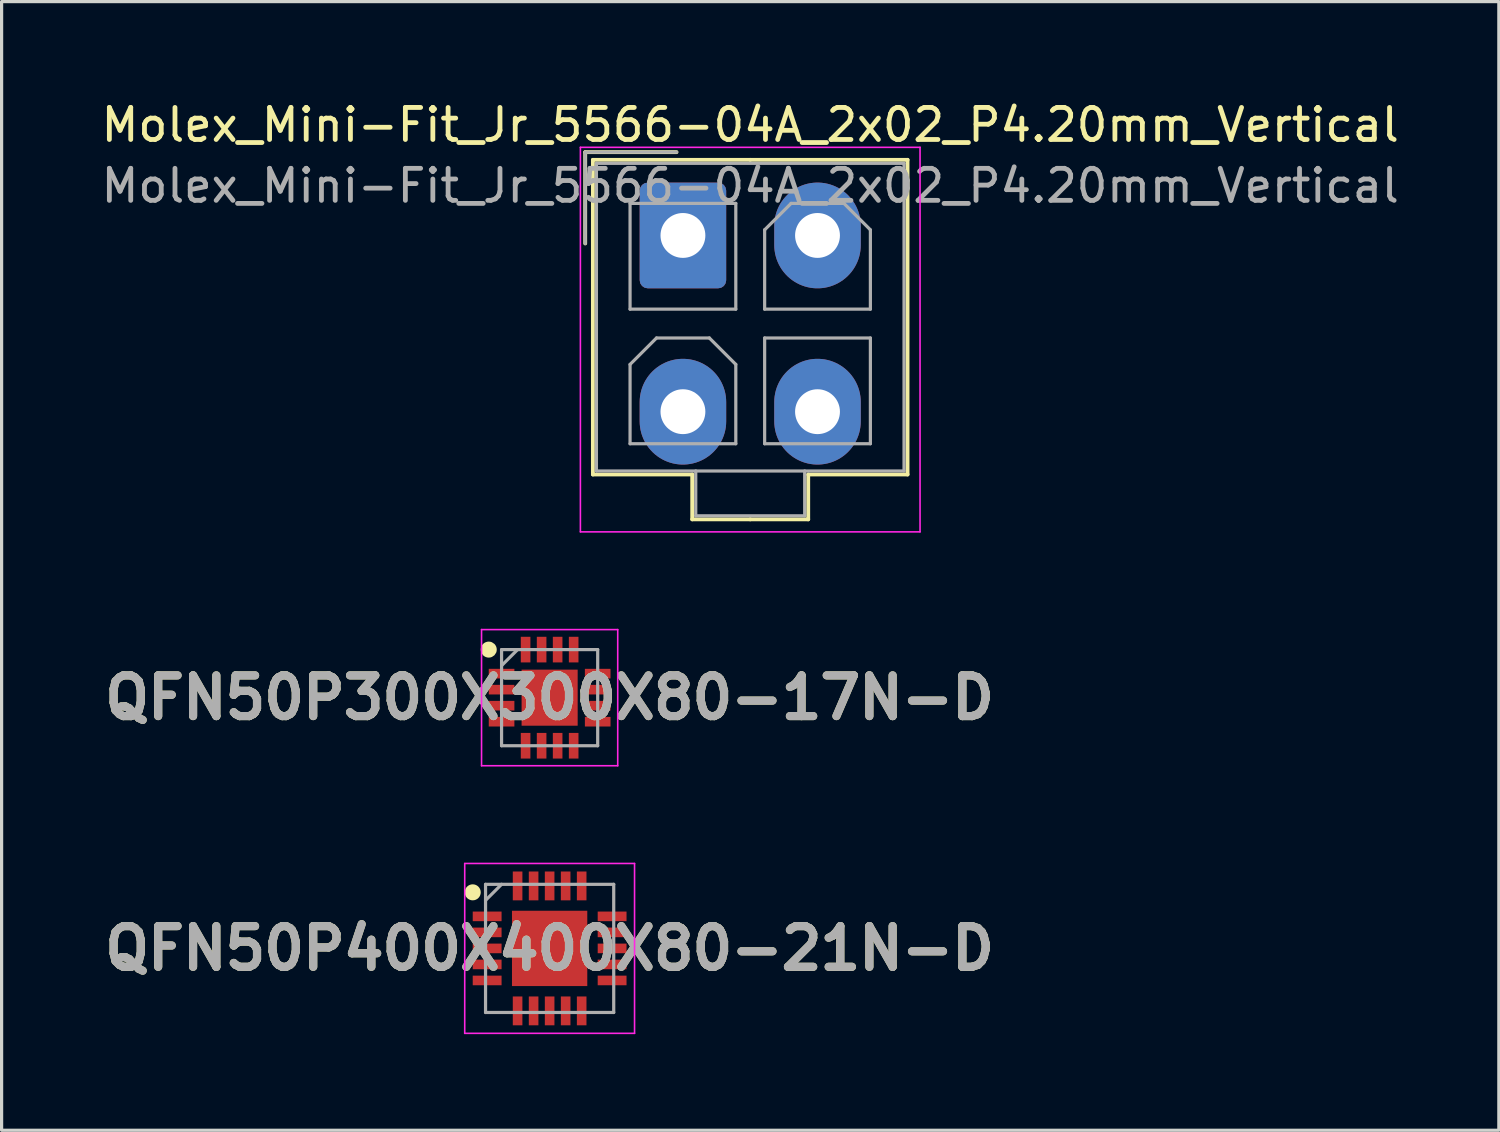
<source format=kicad_pcb>
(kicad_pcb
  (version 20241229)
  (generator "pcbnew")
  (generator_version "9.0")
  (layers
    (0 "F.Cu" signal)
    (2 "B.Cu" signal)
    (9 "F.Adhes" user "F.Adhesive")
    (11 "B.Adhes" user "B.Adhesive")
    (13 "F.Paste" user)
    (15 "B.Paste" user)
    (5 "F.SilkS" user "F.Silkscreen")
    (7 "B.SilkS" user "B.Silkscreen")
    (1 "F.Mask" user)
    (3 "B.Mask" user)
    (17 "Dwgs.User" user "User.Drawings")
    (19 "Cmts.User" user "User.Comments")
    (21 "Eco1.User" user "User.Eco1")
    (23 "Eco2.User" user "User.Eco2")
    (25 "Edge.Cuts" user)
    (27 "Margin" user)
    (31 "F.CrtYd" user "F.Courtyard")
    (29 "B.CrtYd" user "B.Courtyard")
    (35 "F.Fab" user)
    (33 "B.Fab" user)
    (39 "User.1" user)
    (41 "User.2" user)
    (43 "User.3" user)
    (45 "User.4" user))
  (footprint "QFN50P400X400X80-21N-D"
    (layer "F.Cu")
    (at 14.103 26.548)
    (property "Reference" "QFN50P400X400X80-21N-D" (at 0 0 0) (layer "F.SilkS") (effects (font (size 1.27 1.27) (thickness 0.254))))
    (attr smd)
    (fp_circle (center -2.4 -1.75) (end -2.4 -1.625) (stroke (width 0.25) (type solid)) (fill no) (layer "F.SilkS"))
    (fp_line (start -2.65 -2.65) (end 2.65 -2.65) (stroke (width 0.05) (type solid)) (layer "F.CrtYd"))
    (fp_line (start -2.65 2.65) (end -2.65 -2.65) (stroke (width 0.05) (type solid)) (layer "F.CrtYd"))
    (fp_line (start 2.65 -2.65) (end 2.65 2.65) (stroke (width 0.05) (type solid)) (layer "F.CrtYd"))
    (fp_line (start 2.65 2.65) (end -2.65 2.65) (stroke (width 0.05) (type solid)) (layer "F.CrtYd"))
    (fp_line (start -2 -2) (end 2 -2) (stroke (width 0.1) (type solid)) (layer "F.Fab"))
    (fp_line (start -2 -1.5) (end -1.5 -2) (stroke (width 0.1) (type solid)) (layer "F.Fab"))
    (fp_line (start -2 2) (end -2 -2) (stroke (width 0.1) (type solid)) (layer "F.Fab"))
    (fp_line (start 2 -2) (end 2 2) (stroke (width 0.1) (type solid)) (layer "F.Fab"))
    (fp_line (start 2 2) (end -2 2) (stroke (width 0.1) (type solid)) (layer "F.Fab"))
    (fp_text user "${REFERENCE}" (at 0 0 0) (layer "F.Fab") (effects (font (size 1.27 1.27) (thickness 0.254))))
    (pad "1" smd rect (at -1.95 -1 90) (size 0.3 0.9) (layers "F.Cu" "F.Mask" "F.Paste"))
    (pad "2" smd rect (at -1.95 -0.5 90) (size 0.3 0.9) (layers "F.Cu" "F.Mask" "F.Paste"))
    (pad "3" smd rect (at -1.95 0 90) (size 0.3 0.9) (layers "F.Cu" "F.Mask" "F.Paste"))
    (pad "4" smd rect (at -1.95 0.5 90) (size 0.3 0.9) (layers "F.Cu" "F.Mask" "F.Paste"))
    (pad "5" smd rect (at -1.95 1 90) (size 0.3 0.9) (layers "F.Cu" "F.Mask" "F.Paste"))
    (pad "6" smd rect (at -1 1.95) (size 0.3 0.9) (layers "F.Cu" "F.Mask" "F.Paste"))
    (pad "7" smd rect (at -0.5 1.95) (size 0.3 0.9) (layers "F.Cu" "F.Mask" "F.Paste"))
    (pad "8" smd rect (at 0 1.95) (size 0.3 0.9) (layers "F.Cu" "F.Mask" "F.Paste"))
    (pad "9" smd rect (at 0.5 1.95) (size 0.3 0.9) (layers "F.Cu" "F.Mask" "F.Paste"))
    (pad "10" smd rect (at 1 1.95) (size 0.3 0.9) (layers "F.Cu" "F.Mask" "F.Paste"))
    (pad "11" smd rect (at 1.95 1 90) (size 0.3 0.9) (layers "F.Cu" "F.Mask" "F.Paste"))
    (pad "12" smd rect (at 1.95 0.5 90) (size 0.3 0.9) (layers "F.Cu" "F.Mask" "F.Paste"))
    (pad "13" smd rect (at 1.95 0 90) (size 0.3 0.9) (layers "F.Cu" "F.Mask" "F.Paste"))
    (pad "14" smd rect (at 1.95 -0.5 90) (size 0.3 0.9) (layers "F.Cu" "F.Mask" "F.Paste"))
    (pad "15" smd rect (at 1.95 -1 90) (size 0.3 0.9) (layers "F.Cu" "F.Mask" "F.Paste"))
    (pad "16" smd rect (at 1 -1.95) (size 0.3 0.9) (layers "F.Cu" "F.Mask" "F.Paste"))
    (pad "17" smd rect (at 0.5 -1.95) (size 0.3 0.9) (layers "F.Cu" "F.Mask" "F.Paste"))
    (pad "18" smd rect (at 0 -1.95) (size 0.3 0.9) (layers "F.Cu" "F.Mask" "F.Paste"))
    (pad "19" smd rect (at -0.5 -1.95) (size 0.3 0.9) (layers "F.Cu" "F.Mask" "F.Paste"))
    (pad "20" smd rect (at -1 -1.95) (size 0.3 0.9) (layers "F.Cu" "F.Mask" "F.Paste"))
    (pad "21" smd rect (at 0 0) (size 2.35 2.35) (layers "F.Cu" "F.Mask" "F.Paste")))
  (footprint "QFN50P300X300X80-17N-D"
    (layer "F.Cu")
    (at 14.103 18.723)
    (property "Reference" "QFN50P300X300X80-17N-D" (at 0 0 0) (layer "F.SilkS") (effects (font (size 1.27 1.27) (thickness 0.254))))
    (attr smd)
    (fp_circle (center -1.9 -1.5) (end -1.9 -1.375) (stroke (width 0.25) (type solid)) (fill no) (layer "F.SilkS"))
    (fp_line (start -2.125 -2.125) (end 2.125 -2.125) (stroke (width 0.05) (type solid)) (layer "F.CrtYd"))
    (fp_line (start -2.125 2.125) (end -2.125 -2.125) (stroke (width 0.05) (type solid)) (layer "F.CrtYd"))
    (fp_line (start 2.125 -2.125) (end 2.125 2.125) (stroke (width 0.05) (type solid)) (layer "F.CrtYd"))
    (fp_line (start 2.125 2.125) (end -2.125 2.125) (stroke (width 0.05) (type solid)) (layer "F.CrtYd"))
    (fp_line (start -1.5 -1.5) (end 1.5 -1.5) (stroke (width 0.1) (type solid)) (layer "F.Fab"))
    (fp_line (start -1.5 -1) (end -1 -1.5) (stroke (width 0.1) (type solid)) (layer "F.Fab"))
    (fp_line (start -1.5 1.5) (end -1.5 -1.5) (stroke (width 0.1) (type solid)) (layer "F.Fab"))
    (fp_line (start 1.5 -1.5) (end 1.5 1.5) (stroke (width 0.1) (type solid)) (layer "F.Fab"))
    (fp_line (start 1.5 1.5) (end -1.5 1.5) (stroke (width 0.1) (type solid)) (layer "F.Fab"))
    (fp_text user "${REFERENCE}" (at 0 0 0) (layer "F.Fab") (effects (font (size 1.27 1.27) (thickness 0.254))))
    (pad "1" smd rect (at -1.5 -0.75 90) (size 0.3 0.8) (layers "F.Cu" "F.Mask" "F.Paste"))
    (pad "2" smd rect (at -1.5 -0.25 90) (size 0.3 0.8) (layers "F.Cu" "F.Mask" "F.Paste"))
    (pad "3" smd rect (at -1.5 0.25 90) (size 0.3 0.8) (layers "F.Cu" "F.Mask" "F.Paste"))
    (pad "4" smd rect (at -1.5 0.75 90) (size 0.3 0.8) (layers "F.Cu" "F.Mask" "F.Paste"))
    (pad "5" smd rect (at -0.75 1.5) (size 0.3 0.8) (layers "F.Cu" "F.Mask" "F.Paste"))
    (pad "6" smd rect (at -0.25 1.5) (size 0.3 0.8) (layers "F.Cu" "F.Mask" "F.Paste"))
    (pad "7" smd rect (at 0.25 1.5) (size 0.3 0.8) (layers "F.Cu" "F.Mask" "F.Paste"))
    (pad "8" smd rect (at 0.75 1.5) (size 0.3 0.8) (layers "F.Cu" "F.Mask" "F.Paste"))
    (pad "9" smd rect (at 1.5 0.75 90) (size 0.3 0.8) (layers "F.Cu" "F.Mask" "F.Paste"))
    (pad "10" smd rect (at 1.5 0.25 90) (size 0.3 0.8) (layers "F.Cu" "F.Mask" "F.Paste"))
    (pad "11" smd rect (at 1.5 -0.25 90) (size 0.3 0.8) (layers "F.Cu" "F.Mask" "F.Paste"))
    (pad "12" smd rect (at 1.5 -0.75 90) (size 0.3 0.8) (layers "F.Cu" "F.Mask" "F.Paste"))
    (pad "13" smd rect (at 0.75 -1.5) (size 0.3 0.8) (layers "F.Cu" "F.Mask" "F.Paste"))
    (pad "14" smd rect (at 0.25 -1.5) (size 0.3 0.8) (layers "F.Cu" "F.Mask" "F.Paste"))
    (pad "15" smd rect (at -0.25 -1.5) (size 0.3 0.8) (layers "F.Cu" "F.Mask" "F.Paste"))
    (pad "16" smd rect (at -0.75 -1.5) (size 0.3 0.8) (layers "F.Cu" "F.Mask" "F.Paste"))
    (pad "17" smd rect (at 0 0) (size 1.75 1.75) (layers "F.Cu" "F.Mask" "F.Paste")))
  (footprint "Molex_Mini-Fit_Jr_5566-04A_2x02_P4.20mm_Vertical"
    (layer "F.Cu")
    (at 18.263 4.298)
    (property "Reference" "Molex_Mini-Fit_Jr_5566-04A_2x02_P4.20mm_Vertical" (at 2.1 -3.45 0) (layer "F.SilkS") (effects (font (size 1 1) (thickness 0.15))))
    (attr through_hole)
    (fp_line (start -3.05 -2.6) (end -3.05 0.25) (stroke (width 0.12) (type solid)) (layer "F.SilkS"))
    (fp_line (start -2.81 -2.36) (end -2.81 7.46) (stroke (width 0.12) (type solid)) (layer "F.SilkS"))
    (fp_line (start -2.81 7.46) (end 0.29 7.46) (stroke (width 0.12) (type solid)) (layer "F.SilkS"))
    (fp_line (start -0.2 -2.6) (end -3.05 -2.6) (stroke (width 0.12) (type solid)) (layer "F.SilkS"))
    (fp_line (start 0.29 7.46) (end 0.29 8.86) (stroke (width 0.12) (type solid)) (layer "F.SilkS"))
    (fp_line (start 0.29 8.86) (end 2.1 8.86) (stroke (width 0.12) (type solid)) (layer "F.SilkS"))
    (fp_line (start 2.1 -2.36) (end -2.81 -2.36) (stroke (width 0.12) (type solid)) (layer "F.SilkS"))
    (fp_line (start 2.1 -2.36) (end 7.01 -2.36) (stroke (width 0.12) (type solid)) (layer "F.SilkS"))
    (fp_line (start 3.91 7.46) (end 3.91 8.86) (stroke (width 0.12) (type solid)) (layer "F.SilkS"))
    (fp_line (start 3.91 8.86) (end 2.1 8.86) (stroke (width 0.12) (type solid)) (layer "F.SilkS"))
    (fp_line (start 7.01 -2.36) (end 7.01 7.46) (stroke (width 0.12) (type solid)) (layer "F.SilkS"))
    (fp_line (start 7.01 7.46) (end 3.91 7.46) (stroke (width 0.12) (type solid)) (layer "F.SilkS"))
    (fp_line (start -3.2 -2.75) (end -3.2 9.25) (stroke (width 0.05) (type solid)) (layer "F.CrtYd"))
    (fp_line (start -3.2 9.25) (end 7.4 9.25) (stroke (width 0.05) (type solid)) (layer "F.CrtYd"))
    (fp_line (start 7.4 -2.75) (end -3.2 -2.75) (stroke (width 0.05) (type solid)) (layer "F.CrtYd"))
    (fp_line (start 7.4 9.25) (end 7.4 -2.75) (stroke (width 0.05) (type solid)) (layer "F.CrtYd"))
    (fp_line (start -3.05 -2.6) (end -3.05 0.25) (stroke (width 0.1) (type solid)) (layer "F.Fab"))
    (fp_line (start -2.7 -2.25) (end -2.7 7.35) (stroke (width 0.1) (type solid)) (layer "F.Fab"))
    (fp_line (start -2.7 7.35) (end 6.9 7.35) (stroke (width 0.1) (type solid)) (layer "F.Fab"))
    (fp_line (start -1.65 -1) (end -1.65 2.3) (stroke (width 0.1) (type solid)) (layer "F.Fab"))
    (fp_line (start -1.65 2.3) (end 1.65 2.3) (stroke (width 0.1) (type solid)) (layer "F.Fab"))
    (fp_line (start -1.65 4.025) (end -0.825 3.2) (stroke (width 0.1) (type solid)) (layer "F.Fab"))
    (fp_line (start -1.65 6.5) (end -1.65 4.025) (stroke (width 0.1) (type solid)) (layer "F.Fab"))
    (fp_line (start -0.825 3.2) (end 0.825 3.2) (stroke (width 0.1) (type solid)) (layer "F.Fab"))
    (fp_line (start -0.2 -2.6) (end -3.05 -2.6) (stroke (width 0.1) (type solid)) (layer "F.Fab"))
    (fp_line (start 0.4 7.35) (end 0.4 8.75) (stroke (width 0.1) (type solid)) (layer "F.Fab"))
    (fp_line (start 0.4 8.75) (end 3.8 8.75) (stroke (width 0.1) (type solid)) (layer "F.Fab"))
    (fp_line (start 0.825 3.2) (end 1.65 4.025) (stroke (width 0.1) (type solid)) (layer "F.Fab"))
    (fp_line (start 1.65 -1) (end -1.65 -1) (stroke (width 0.1) (type solid)) (layer "F.Fab"))
    (fp_line (start 1.65 2.3) (end 1.65 -1) (stroke (width 0.1) (type solid)) (layer "F.Fab"))
    (fp_line (start 1.65 4.025) (end 1.65 6.5) (stroke (width 0.1) (type solid)) (layer "F.Fab"))
    (fp_line (start 1.65 6.5) (end -1.65 6.5) (stroke (width 0.1) (type solid)) (layer "F.Fab"))
    (fp_line (start 2.55 -0.175) (end 3.375 -1) (stroke (width 0.1) (type solid)) (layer "F.Fab"))
    (fp_line (start 2.55 2.3) (end 2.55 -0.175) (stroke (width 0.1) (type solid)) (layer "F.Fab"))
    (fp_line (start 2.55 3.2) (end 2.55 6.5) (stroke (width 0.1) (type solid)) (layer "F.Fab"))
    (fp_line (start 2.55 6.5) (end 5.85 6.5) (stroke (width 0.1) (type solid)) (layer "F.Fab"))
    (fp_line (start 3.375 -1) (end 5.025 -1) (stroke (width 0.1) (type solid)) (layer "F.Fab"))
    (fp_line (start 3.8 8.75) (end 3.8 7.35) (stroke (width 0.1) (type solid)) (layer "F.Fab"))
    (fp_line (start 5.025 -1) (end 5.85 -0.175) (stroke (width 0.1) (type solid)) (layer "F.Fab"))
    (fp_line (start 5.85 -0.175) (end 5.85 2.3) (stroke (width 0.1) (type solid)) (layer "F.Fab"))
    (fp_line (start 5.85 2.3) (end 2.55 2.3) (stroke (width 0.1) (type solid)) (layer "F.Fab"))
    (fp_line (start 5.85 3.2) (end 2.55 3.2) (stroke (width 0.1) (type solid)) (layer "F.Fab"))
    (fp_line (start 5.85 6.5) (end 5.85 3.2) (stroke (width 0.1) (type solid)) (layer "F.Fab"))
    (fp_line (start 6.9 -2.25) (end -2.7 -2.25) (stroke (width 0.1) (type solid)) (layer "F.Fab"))
    (fp_line (start 6.9 7.35) (end 6.9 -2.25) (stroke (width 0.1) (type solid)) (layer "F.Fab"))
    (fp_text user "${REFERENCE}" (at 2.1 -1.55 0) (layer "F.Fab") (effects (font (size 1 1) (thickness 0.15))))
    (pad "1" thru_hole roundrect (at 0 0) (size 2.7 3.3) (drill 1.4) (layers "*.Cu" "*.Mask") (roundrect_rratio 0.093))
    (pad "2" thru_hole oval (at 4.2 0) (size 2.7 3.3) (drill 1.4) (layers "*.Cu" "*.Mask"))
    (pad "3" thru_hole oval (at 0 5.5) (size 2.7 3.3) (drill 1.4) (layers "*.Cu" "*.Mask"))
    (pad "4" thru_hole oval (at 4.2 5.5) (size 2.7 3.3) (drill 1.4) (layers "*.Cu" "*.Mask")))
  (gr_rect
    (start -3 -3)
    (end 43.726 32.223)
    (stroke (width 0.1) (type default))
    (fill no)
    (layer "Edge.Cuts")))
</source>
